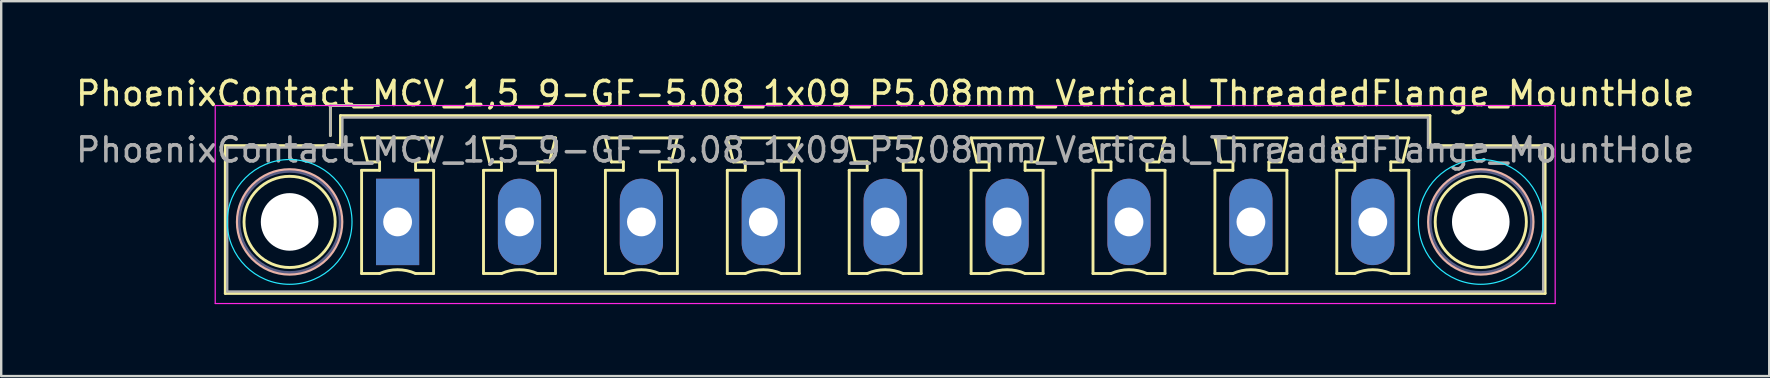
<source format=kicad_pcb>
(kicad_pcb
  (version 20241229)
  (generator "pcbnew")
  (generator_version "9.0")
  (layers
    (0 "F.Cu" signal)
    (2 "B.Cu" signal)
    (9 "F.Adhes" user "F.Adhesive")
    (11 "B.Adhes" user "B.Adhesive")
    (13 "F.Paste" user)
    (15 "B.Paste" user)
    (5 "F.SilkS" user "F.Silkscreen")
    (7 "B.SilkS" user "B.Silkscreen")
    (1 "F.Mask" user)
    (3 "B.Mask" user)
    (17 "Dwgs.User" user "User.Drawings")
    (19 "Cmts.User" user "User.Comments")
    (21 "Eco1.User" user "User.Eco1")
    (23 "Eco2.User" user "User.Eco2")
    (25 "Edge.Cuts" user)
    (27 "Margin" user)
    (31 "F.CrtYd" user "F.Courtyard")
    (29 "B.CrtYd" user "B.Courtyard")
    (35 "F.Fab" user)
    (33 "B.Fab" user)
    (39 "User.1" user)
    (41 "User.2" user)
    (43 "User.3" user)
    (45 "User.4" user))
  (footprint "PhoenixContact_MCV_1,5_9-GF-5.08_1x09_P5.08mm_Vertical_ThreadedFlange_MountHole"
    (layer "F.Cu")
    (at 13.519 6.198)
    (property "Reference" "PhoenixContact_MCV_1,5_9-GF-5.08_1x09_P5.08mm_Vertical_ThreadedFlange_MountHole" (at 20.32 -5.35 0) (layer "F.SilkS") (effects (font (size 1 1) (thickness 0.15))))
    (attr through_hole)
    (fp_line (start -7.18 -3.18) (end -7.18 2.98) (stroke (width 0.12) (type solid)) (layer "F.SilkS"))
    (fp_line (start -7.18 2.98) (end 47.82 2.98) (stroke (width 0.12) (type solid)) (layer "F.SilkS"))
    (fp_line (start -2.8 -4.85) (end -0.8 -4.85) (stroke (width 0.12) (type solid)) (layer "F.SilkS"))
    (fp_line (start -2.8 -3.6) (end -2.8 -4.85) (stroke (width 0.12) (type solid)) (layer "F.SilkS"))
    (fp_line (start -2.38 -4.43) (end -2.38 -3.18) (stroke (width 0.12) (type solid)) (layer "F.SilkS"))
    (fp_line (start -2.38 -3.18) (end -7.18 -3.18) (stroke (width 0.12) (type solid)) (layer "F.SilkS"))
    (fp_line (start -1.5 -3.5) (end 1.5 -3.5) (stroke (width 0.12) (type solid)) (layer "F.SilkS"))
    (fp_line (start -1.5 -2.15) (end -0.75 -2.15) (stroke (width 0.12) (type solid)) (layer "F.SilkS"))
    (fp_line (start -1.5 2.15) (end -1.5 -2.15) (stroke (width 0.12) (type solid)) (layer "F.SilkS"))
    (fp_line (start -1.25 -2.5) (end -1.5 -3.5) (stroke (width 0.12) (type solid)) (layer "F.SilkS"))
    (fp_line (start -0.75 -2.5) (end -1.25 -2.5) (stroke (width 0.12) (type solid)) (layer "F.SilkS"))
    (fp_line (start -0.75 -2.15) (end -0.75 -2.5) (stroke (width 0.12) (type solid)) (layer "F.SilkS"))
    (fp_line (start -0.75 2.15) (end -1.5 2.15) (stroke (width 0.12) (type solid)) (layer "F.SilkS"))
    (fp_line (start 0.75 -2.5) (end 0.75 -2.15) (stroke (width 0.12) (type solid)) (layer "F.SilkS"))
    (fp_line (start 0.75 -2.15) (end 1.5 -2.15) (stroke (width 0.12) (type solid)) (layer "F.SilkS"))
    (fp_line (start 1.25 -2.5) (end 0.75 -2.5) (stroke (width 0.12) (type solid)) (layer "F.SilkS"))
    (fp_line (start 1.5 -3.5) (end 1.25 -2.5) (stroke (width 0.12) (type solid)) (layer "F.SilkS"))
    (fp_line (start 1.5 -2.15) (end 1.5 2.15) (stroke (width 0.12) (type solid)) (layer "F.SilkS"))
    (fp_line (start 1.5 2.15) (end 0.75 2.15) (stroke (width 0.12) (type solid)) (layer "F.SilkS"))
    (fp_line (start 3.58 -3.5) (end 6.58 -3.5) (stroke (width 0.12) (type solid)) (layer "F.SilkS"))
    (fp_line (start 3.58 -2.15) (end 4.33 -2.15) (stroke (width 0.12) (type solid)) (layer "F.SilkS"))
    (fp_line (start 3.58 2.15) (end 3.58 -2.15) (stroke (width 0.12) (type solid)) (layer "F.SilkS"))
    (fp_line (start 3.83 -2.5) (end 3.58 -3.5) (stroke (width 0.12) (type solid)) (layer "F.SilkS"))
    (fp_line (start 4.33 -2.5) (end 3.83 -2.5) (stroke (width 0.12) (type solid)) (layer "F.SilkS"))
    (fp_line (start 4.33 -2.15) (end 4.33 -2.5) (stroke (width 0.12) (type solid)) (layer "F.SilkS"))
    (fp_line (start 4.33 2.15) (end 3.58 2.15) (stroke (width 0.12) (type solid)) (layer "F.SilkS"))
    (fp_line (start 5.83 -2.5) (end 5.83 -2.15) (stroke (width 0.12) (type solid)) (layer "F.SilkS"))
    (fp_line (start 5.83 -2.15) (end 6.58 -2.15) (stroke (width 0.12) (type solid)) (layer "F.SilkS"))
    (fp_line (start 6.33 -2.5) (end 5.83 -2.5) (stroke (width 0.12) (type solid)) (layer "F.SilkS"))
    (fp_line (start 6.58 -3.5) (end 6.33 -2.5) (stroke (width 0.12) (type solid)) (layer "F.SilkS"))
    (fp_line (start 6.58 -2.15) (end 6.58 2.15) (stroke (width 0.12) (type solid)) (layer "F.SilkS"))
    (fp_line (start 6.58 2.15) (end 5.83 2.15) (stroke (width 0.12) (type solid)) (layer "F.SilkS"))
    (fp_line (start 8.66 -3.5) (end 11.66 -3.5) (stroke (width 0.12) (type solid)) (layer "F.SilkS"))
    (fp_line (start 8.66 -2.15) (end 9.41 -2.15) (stroke (width 0.12) (type solid)) (layer "F.SilkS"))
    (fp_line (start 8.66 2.15) (end 8.66 -2.15) (stroke (width 0.12) (type solid)) (layer "F.SilkS"))
    (fp_line (start 8.91 -2.5) (end 8.66 -3.5) (stroke (width 0.12) (type solid)) (layer "F.SilkS"))
    (fp_line (start 9.41 -2.5) (end 8.91 -2.5) (stroke (width 0.12) (type solid)) (layer "F.SilkS"))
    (fp_line (start 9.41 -2.15) (end 9.41 -2.5) (stroke (width 0.12) (type solid)) (layer "F.SilkS"))
    (fp_line (start 9.41 2.15) (end 8.66 2.15) (stroke (width 0.12) (type solid)) (layer "F.SilkS"))
    (fp_line (start 10.91 -2.5) (end 10.91 -2.15) (stroke (width 0.12) (type solid)) (layer "F.SilkS"))
    (fp_line (start 10.91 -2.15) (end 11.66 -2.15) (stroke (width 0.12) (type solid)) (layer "F.SilkS"))
    (fp_line (start 11.41 -2.5) (end 10.91 -2.5) (stroke (width 0.12) (type solid)) (layer "F.SilkS"))
    (fp_line (start 11.66 -3.5) (end 11.41 -2.5) (stroke (width 0.12) (type solid)) (layer "F.SilkS"))
    (fp_line (start 11.66 -2.15) (end 11.66 2.15) (stroke (width 0.12) (type solid)) (layer "F.SilkS"))
    (fp_line (start 11.66 2.15) (end 10.91 2.15) (stroke (width 0.12) (type solid)) (layer "F.SilkS"))
    (fp_line (start 13.74 -3.5) (end 16.74 -3.5) (stroke (width 0.12) (type solid)) (layer "F.SilkS"))
    (fp_line (start 13.74 -2.15) (end 14.49 -2.15) (stroke (width 0.12) (type solid)) (layer "F.SilkS"))
    (fp_line (start 13.74 2.15) (end 13.74 -2.15) (stroke (width 0.12) (type solid)) (layer "F.SilkS"))
    (fp_line (start 13.99 -2.5) (end 13.74 -3.5) (stroke (width 0.12) (type solid)) (layer "F.SilkS"))
    (fp_line (start 14.49 -2.5) (end 13.99 -2.5) (stroke (width 0.12) (type solid)) (layer "F.SilkS"))
    (fp_line (start 14.49 -2.15) (end 14.49 -2.5) (stroke (width 0.12) (type solid)) (layer "F.SilkS"))
    (fp_line (start 14.49 2.15) (end 13.74 2.15) (stroke (width 0.12) (type solid)) (layer "F.SilkS"))
    (fp_line (start 15.99 -2.5) (end 15.99 -2.15) (stroke (width 0.12) (type solid)) (layer "F.SilkS"))
    (fp_line (start 15.99 -2.15) (end 16.74 -2.15) (stroke (width 0.12) (type solid)) (layer "F.SilkS"))
    (fp_line (start 16.49 -2.5) (end 15.99 -2.5) (stroke (width 0.12) (type solid)) (layer "F.SilkS"))
    (fp_line (start 16.74 -3.5) (end 16.49 -2.5) (stroke (width 0.12) (type solid)) (layer "F.SilkS"))
    (fp_line (start 16.74 -2.15) (end 16.74 2.15) (stroke (width 0.12) (type solid)) (layer "F.SilkS"))
    (fp_line (start 16.74 2.15) (end 15.99 2.15) (stroke (width 0.12) (type solid)) (layer "F.SilkS"))
    (fp_line (start 18.82 -3.5) (end 21.82 -3.5) (stroke (width 0.12) (type solid)) (layer "F.SilkS"))
    (fp_line (start 18.82 -2.15) (end 19.57 -2.15) (stroke (width 0.12) (type solid)) (layer "F.SilkS"))
    (fp_line (start 18.82 2.15) (end 18.82 -2.15) (stroke (width 0.12) (type solid)) (layer "F.SilkS"))
    (fp_line (start 19.07 -2.5) (end 18.82 -3.5) (stroke (width 0.12) (type solid)) (layer "F.SilkS"))
    (fp_line (start 19.57 -2.5) (end 19.07 -2.5) (stroke (width 0.12) (type solid)) (layer "F.SilkS"))
    (fp_line (start 19.57 -2.15) (end 19.57 -2.5) (stroke (width 0.12) (type solid)) (layer "F.SilkS"))
    (fp_line (start 19.57 2.15) (end 18.82 2.15) (stroke (width 0.12) (type solid)) (layer "F.SilkS"))
    (fp_line (start 21.07 -2.5) (end 21.07 -2.15) (stroke (width 0.12) (type solid)) (layer "F.SilkS"))
    (fp_line (start 21.07 -2.15) (end 21.82 -2.15) (stroke (width 0.12) (type solid)) (layer "F.SilkS"))
    (fp_line (start 21.57 -2.5) (end 21.07 -2.5) (stroke (width 0.12) (type solid)) (layer "F.SilkS"))
    (fp_line (start 21.82 -3.5) (end 21.57 -2.5) (stroke (width 0.12) (type solid)) (layer "F.SilkS"))
    (fp_line (start 21.82 -2.15) (end 21.82 2.15) (stroke (width 0.12) (type solid)) (layer "F.SilkS"))
    (fp_line (start 21.82 2.15) (end 21.07 2.15) (stroke (width 0.12) (type solid)) (layer "F.SilkS"))
    (fp_line (start 23.9 -3.5) (end 26.9 -3.5) (stroke (width 0.12) (type solid)) (layer "F.SilkS"))
    (fp_line (start 23.9 -2.15) (end 24.65 -2.15) (stroke (width 0.12) (type solid)) (layer "F.SilkS"))
    (fp_line (start 23.9 2.15) (end 23.9 -2.15) (stroke (width 0.12) (type solid)) (layer "F.SilkS"))
    (fp_line (start 24.15 -2.5) (end 23.9 -3.5) (stroke (width 0.12) (type solid)) (layer "F.SilkS"))
    (fp_line (start 24.65 -2.5) (end 24.15 -2.5) (stroke (width 0.12) (type solid)) (layer "F.SilkS"))
    (fp_line (start 24.65 -2.15) (end 24.65 -2.5) (stroke (width 0.12) (type solid)) (layer "F.SilkS"))
    (fp_line (start 24.65 2.15) (end 23.9 2.15) (stroke (width 0.12) (type solid)) (layer "F.SilkS"))
    (fp_line (start 26.15 -2.5) (end 26.15 -2.15) (stroke (width 0.12) (type solid)) (layer "F.SilkS"))
    (fp_line (start 26.15 -2.15) (end 26.9 -2.15) (stroke (width 0.12) (type solid)) (layer "F.SilkS"))
    (fp_line (start 26.65 -2.5) (end 26.15 -2.5) (stroke (width 0.12) (type solid)) (layer "F.SilkS"))
    (fp_line (start 26.9 -3.5) (end 26.65 -2.5) (stroke (width 0.12) (type solid)) (layer "F.SilkS"))
    (fp_line (start 26.9 -2.15) (end 26.9 2.15) (stroke (width 0.12) (type solid)) (layer "F.SilkS"))
    (fp_line (start 26.9 2.15) (end 26.15 2.15) (stroke (width 0.12) (type solid)) (layer "F.SilkS"))
    (fp_line (start 28.98 -3.5) (end 31.98 -3.5) (stroke (width 0.12) (type solid)) (layer "F.SilkS"))
    (fp_line (start 28.98 -2.15) (end 29.73 -2.15) (stroke (width 0.12) (type solid)) (layer "F.SilkS"))
    (fp_line (start 28.98 2.15) (end 28.98 -2.15) (stroke (width 0.12) (type solid)) (layer "F.SilkS"))
    (fp_line (start 29.23 -2.5) (end 28.98 -3.5) (stroke (width 0.12) (type solid)) (layer "F.SilkS"))
    (fp_line (start 29.73 -2.5) (end 29.23 -2.5) (stroke (width 0.12) (type solid)) (layer "F.SilkS"))
    (fp_line (start 29.73 -2.15) (end 29.73 -2.5) (stroke (width 0.12) (type solid)) (layer "F.SilkS"))
    (fp_line (start 29.73 2.15) (end 28.98 2.15) (stroke (width 0.12) (type solid)) (layer "F.SilkS"))
    (fp_line (start 31.23 -2.5) (end 31.23 -2.15) (stroke (width 0.12) (type solid)) (layer "F.SilkS"))
    (fp_line (start 31.23 -2.15) (end 31.98 -2.15) (stroke (width 0.12) (type solid)) (layer "F.SilkS"))
    (fp_line (start 31.73 -2.5) (end 31.23 -2.5) (stroke (width 0.12) (type solid)) (layer "F.SilkS"))
    (fp_line (start 31.98 -3.5) (end 31.73 -2.5) (stroke (width 0.12) (type solid)) (layer "F.SilkS"))
    (fp_line (start 31.98 -2.15) (end 31.98 2.15) (stroke (width 0.12) (type solid)) (layer "F.SilkS"))
    (fp_line (start 31.98 2.15) (end 31.23 2.15) (stroke (width 0.12) (type solid)) (layer "F.SilkS"))
    (fp_line (start 34.06 -3.5) (end 37.06 -3.5) (stroke (width 0.12) (type solid)) (layer "F.SilkS"))
    (fp_line (start 34.06 -2.15) (end 34.81 -2.15) (stroke (width 0.12) (type solid)) (layer "F.SilkS"))
    (fp_line (start 34.06 2.15) (end 34.06 -2.15) (stroke (width 0.12) (type solid)) (layer "F.SilkS"))
    (fp_line (start 34.31 -2.5) (end 34.06 -3.5) (stroke (width 0.12) (type solid)) (layer "F.SilkS"))
    (fp_line (start 34.81 -2.5) (end 34.31 -2.5) (stroke (width 0.12) (type solid)) (layer "F.SilkS"))
    (fp_line (start 34.81 -2.15) (end 34.81 -2.5) (stroke (width 0.12) (type solid)) (layer "F.SilkS"))
    (fp_line (start 34.81 2.15) (end 34.06 2.15) (stroke (width 0.12) (type solid)) (layer "F.SilkS"))
    (fp_line (start 36.31 -2.5) (end 36.31 -2.15) (stroke (width 0.12) (type solid)) (layer "F.SilkS"))
    (fp_line (start 36.31 -2.15) (end 37.06 -2.15) (stroke (width 0.12) (type solid)) (layer "F.SilkS"))
    (fp_line (start 36.81 -2.5) (end 36.31 -2.5) (stroke (width 0.12) (type solid)) (layer "F.SilkS"))
    (fp_line (start 37.06 -3.5) (end 36.81 -2.5) (stroke (width 0.12) (type solid)) (layer "F.SilkS"))
    (fp_line (start 37.06 -2.15) (end 37.06 2.15) (stroke (width 0.12) (type solid)) (layer "F.SilkS"))
    (fp_line (start 37.06 2.15) (end 36.31 2.15) (stroke (width 0.12) (type solid)) (layer "F.SilkS"))
    (fp_line (start 39.14 -3.5) (end 42.14 -3.5) (stroke (width 0.12) (type solid)) (layer "F.SilkS"))
    (fp_line (start 39.14 -2.15) (end 39.89 -2.15) (stroke (width 0.12) (type solid)) (layer "F.SilkS"))
    (fp_line (start 39.14 2.15) (end 39.14 -2.15) (stroke (width 0.12) (type solid)) (layer "F.SilkS"))
    (fp_line (start 39.39 -2.5) (end 39.14 -3.5) (stroke (width 0.12) (type solid)) (layer "F.SilkS"))
    (fp_line (start 39.89 -2.5) (end 39.39 -2.5) (stroke (width 0.12) (type solid)) (layer "F.SilkS"))
    (fp_line (start 39.89 -2.15) (end 39.89 -2.5) (stroke (width 0.12) (type solid)) (layer "F.SilkS"))
    (fp_line (start 39.89 2.15) (end 39.14 2.15) (stroke (width 0.12) (type solid)) (layer "F.SilkS"))
    (fp_line (start 41.39 -2.5) (end 41.39 -2.15) (stroke (width 0.12) (type solid)) (layer "F.SilkS"))
    (fp_line (start 41.39 -2.15) (end 42.14 -2.15) (stroke (width 0.12) (type solid)) (layer "F.SilkS"))
    (fp_line (start 41.89 -2.5) (end 41.39 -2.5) (stroke (width 0.12) (type solid)) (layer "F.SilkS"))
    (fp_line (start 42.14 -3.5) (end 41.89 -2.5) (stroke (width 0.12) (type solid)) (layer "F.SilkS"))
    (fp_line (start 42.14 -2.15) (end 42.14 2.15) (stroke (width 0.12) (type solid)) (layer "F.SilkS"))
    (fp_line (start 42.14 2.15) (end 41.39 2.15) (stroke (width 0.12) (type solid)) (layer "F.SilkS"))
    (fp_line (start 43.02 -4.43) (end -2.38 -4.43) (stroke (width 0.12) (type solid)) (layer "F.SilkS"))
    (fp_line (start 43.02 -3.18) (end 43.02 -4.43) (stroke (width 0.12) (type solid)) (layer "F.SilkS"))
    (fp_line (start 47.82 -3.18) (end 43.02 -3.18) (stroke (width 0.12) (type solid)) (layer "F.SilkS"))
    (fp_line (start 47.82 2.98) (end 47.82 -3.18) (stroke (width 0.12) (type solid)) (layer "F.SilkS"))
    (fp_arc (start -0.75 2.15) (mid -0.000193 1.99191) (end 0.749647 2.149844) (stroke (width 0.12) (type solid)) (layer "F.SilkS"))
    (fp_arc (start 4.33 2.15) (mid 5.079807 1.99191) (end 5.829647 2.149844) (stroke (width 0.12) (type solid)) (layer "F.SilkS"))
    (fp_arc (start 9.41 2.15) (mid 10.159807 1.99191) (end 10.909647 2.149844) (stroke (width 0.12) (type solid)) (layer "F.SilkS"))
    (fp_arc (start 14.49 2.15) (mid 15.239807 1.99191) (end 15.989647 2.149844) (stroke (width 0.12) (type solid)) (layer "F.SilkS"))
    (fp_arc (start 19.57 2.15) (mid 20.319807 1.99191) (end 21.069647 2.149844) (stroke (width 0.12) (type solid)) (layer "F.SilkS"))
    (fp_arc (start 24.65 2.15) (mid 25.399807 1.99191) (end 26.149647 2.149844) (stroke (width 0.12) (type solid)) (layer "F.SilkS"))
    (fp_arc (start 29.73 2.15) (mid 30.479807 1.99191) (end 31.229647 2.149844) (stroke (width 0.12) (type solid)) (layer "F.SilkS"))
    (fp_arc (start 34.81 2.15) (mid 35.559807 1.99191) (end 36.309647 2.149844) (stroke (width 0.12) (type solid)) (layer "F.SilkS"))
    (fp_arc (start 39.89 2.15) (mid 40.639807 1.99191) (end 41.389647 2.149844) (stroke (width 0.12) (type solid)) (layer "F.SilkS"))
    (fp_circle (center -4.5 0) (end -2.6 0) (stroke (width 0.12) (type solid)) (fill no) (layer "F.SilkS"))
    (fp_circle (center 45.14 0) (end 47.04 0) (stroke (width 0.12) (type solid)) (fill no) (layer "F.SilkS"))
    (fp_circle (center -4.5 0) (end -2.32 0) (stroke (width 0.12) (type solid)) (fill no) (layer "B.SilkS"))
    (fp_circle (center 45.14 0) (end 47.32 0) (stroke (width 0.12) (type solid)) (fill no) (layer "B.SilkS"))
    (fp_circle (center -4.5 0) (end -1.9 0) (stroke (width 0.05) (type solid)) (fill no) (layer "B.CrtYd"))
    (fp_circle (center 45.14 0) (end 47.74 0) (stroke (width 0.05) (type solid)) (fill no) (layer "B.CrtYd"))
    (fp_line (start -7.6 -4.85) (end -7.6 3.4) (stroke (width 0.05) (type solid)) (layer "F.CrtYd"))
    (fp_line (start -7.6 3.4) (end 48.24 3.4) (stroke (width 0.05) (type solid)) (layer "F.CrtYd"))
    (fp_line (start 48.24 -4.85) (end -7.6 -4.85) (stroke (width 0.05) (type solid)) (layer "F.CrtYd"))
    (fp_line (start 48.24 3.4) (end 48.24 -4.85) (stroke (width 0.05) (type solid)) (layer "F.CrtYd"))
    (fp_circle (center -4.5 0) (end -2.4 0) (stroke (width 0.1) (type solid)) (fill no) (layer "B.Fab"))
    (fp_circle (center 45.14 0) (end 47.24 0) (stroke (width 0.1) (type solid)) (fill no) (layer "B.Fab"))
    (fp_line (start -7.1 -3.1) (end -7.1 2.9) (stroke (width 0.1) (type solid)) (layer "F.Fab"))
    (fp_line (start -7.1 2.9) (end 47.74 2.9) (stroke (width 0.1) (type solid)) (layer "F.Fab"))
    (fp_line (start -2.8 -4.85) (end -0.8 -4.85) (stroke (width 0.1) (type solid)) (layer "F.Fab"))
    (fp_line (start -2.8 -3.6) (end -2.8 -4.85) (stroke (width 0.1) (type solid)) (layer "F.Fab"))
    (fp_line (start -2.3 -4.35) (end -2.3 -3.1) (stroke (width 0.1) (type solid)) (layer "F.Fab"))
    (fp_line (start -2.3 -3.1) (end -7.1 -3.1) (stroke (width 0.1) (type solid)) (layer "F.Fab"))
    (fp_line (start 42.94 -4.35) (end -2.3 -4.35) (stroke (width 0.1) (type solid)) (layer "F.Fab"))
    (fp_line (start 42.94 -3.1) (end 42.94 -4.35) (stroke (width 0.1) (type solid)) (layer "F.Fab"))
    (fp_line (start 47.74 -3.1) (end 42.94 -3.1) (stroke (width 0.1) (type solid)) (layer "F.Fab"))
    (fp_line (start 47.74 2.9) (end 47.74 -3.1) (stroke (width 0.1) (type solid)) (layer "F.Fab"))
    (fp_text user "${REFERENCE}" (at 20.32 -3 0) (layer "F.Fab") (effects (font (size 1 1) (thickness 0.15))))
    (pad "" np_thru_hole circle (at -4.5 0) (size 2.4 2.4) (drill 2.4) (layers "*.Cu" "*.Mask"))
    (pad "" np_thru_hole circle (at 45.14 0) (size 2.4 2.4) (drill 2.4) (layers "*.Cu" "*.Mask"))
    (pad "1" thru_hole rect (at 0 0) (size 1.8 3.6) (drill 1.2) (layers "*.Cu" "*.Mask"))
    (pad "2" thru_hole oval (at 5.08 0) (size 1.8 3.6) (drill 1.2) (layers "*.Cu" "*.Mask"))
    (pad "3" thru_hole oval (at 10.16 0) (size 1.8 3.6) (drill 1.2) (layers "*.Cu" "*.Mask"))
    (pad "4" thru_hole oval (at 15.24 0) (size 1.8 3.6) (drill 1.2) (layers "*.Cu" "*.Mask"))
    (pad "5" thru_hole oval (at 20.32 0) (size 1.8 3.6) (drill 1.2) (layers "*.Cu" "*.Mask"))
    (pad "6" thru_hole oval (at 25.4 0) (size 1.8 3.6) (drill 1.2) (layers "*.Cu" "*.Mask"))
    (pad "7" thru_hole oval (at 30.48 0) (size 1.8 3.6) (drill 1.2) (layers "*.Cu" "*.Mask"))
    (pad "8" thru_hole oval (at 35.56 0) (size 1.8 3.6) (drill 1.2) (layers "*.Cu" "*.Mask"))
    (pad "9" thru_hole oval (at 40.64 0) (size 1.8 3.6) (drill 1.2) (layers "*.Cu" "*.Mask")))
  (gr_rect
    (start -3 -3)
    (end 70.679 12.623)
    (stroke (width 0.1) (type default))
    (fill no)
    (layer "Edge.Cuts")))
</source>
